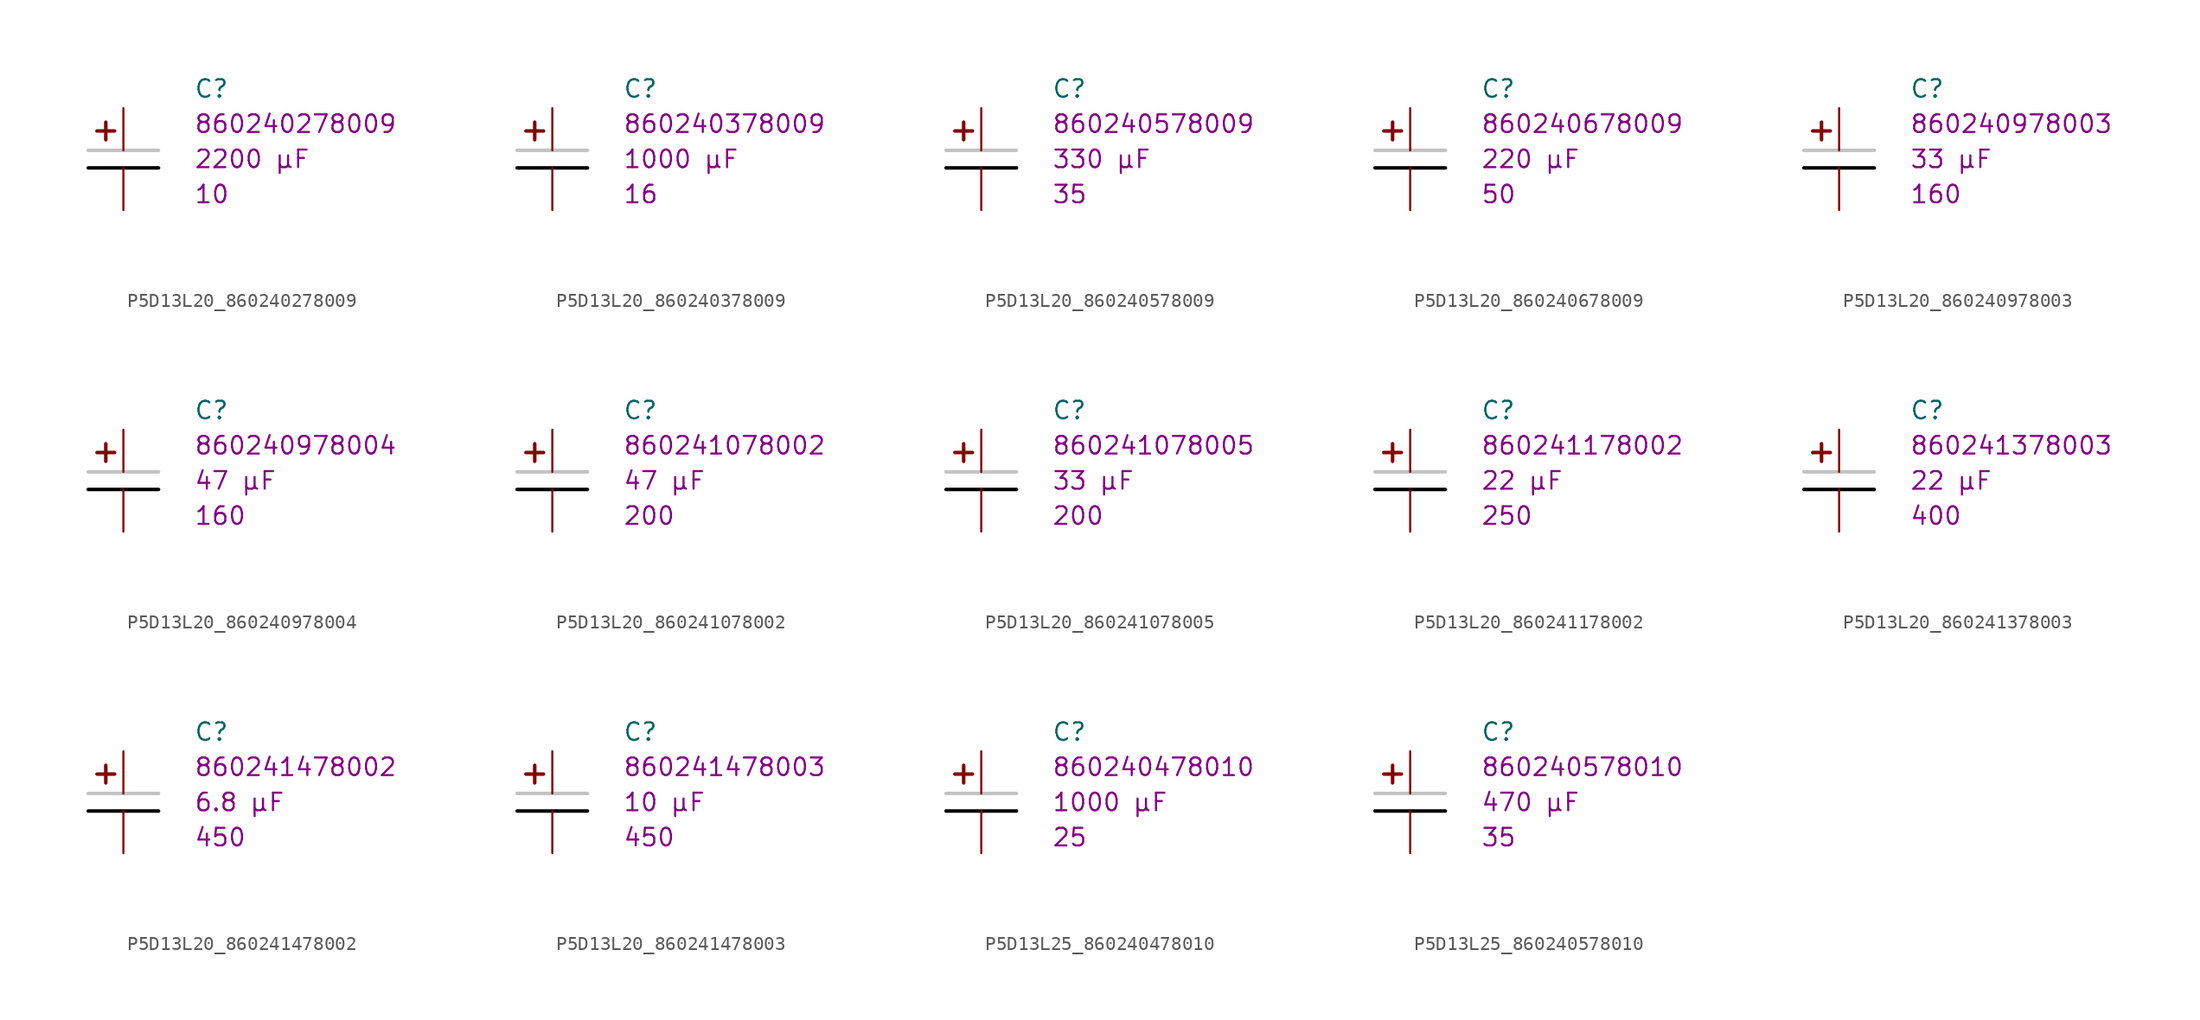
<source format=kicad_sym>
(kicad_symbol_lib
  (version 20220914)
  (generator kicad_symbol_editor)
  (symbol "P5D13L20_860240278009"
    (pin_numbers hide)
    (pin_names hide)
    (property "Reference" "C"
      (at 5.08 5.08 0)
      (effects (font (size 1.27 1.27)) (justify left)))
    (property "Part Number" "860240278009"
      (at 5.08 2.54 0)
      (effects (font (size 1.27 1.27)) (justify left)))
    (property "Capacitance" "2200 µF"
      (at 5.08 0 0)
      (effects (font (size 1.27 1.27)) (justify left)))
    (property "Voltage" "10"
      (at 5.08 -2.54 0)
      (effects (font (size 1.27 1.27)) (justify left)))
    (property "Critical Parameter" ""
      (at 0 -7.62 0)
      (effects (font (size 1.27 1.27))))
    (symbol "P5D13L20_860240278009_1_1"
      (polyline (pts (xy -1.27 2.667) (xy -1.27 1.397)) (stroke (width 0.254) (type default)) (fill (type none)))
      (polyline (pts (xy -0.635 2.032) (xy -1.905 2.032)) (stroke (width 0.254) (type default)) (fill (type none)))
      (polyline (pts (xy 2.54 -0.635) (xy -2.54 -0.635)) (stroke (width 0.254) (type default) (color 0 0 0 1)) (fill (type none)))
      (polyline (pts (xy 2.54 0.635) (xy -2.54 0.635)) (stroke (width 0.254) (type default) (color 194 194 194 1)) (fill (type none)))
      (pin passive line (at 0 3.679 270) (length 3.044) (name "1" (effects (font (size 1.27 1.27)))) (number "1" (effects (font (size 1.27 1.27)))))
      (pin passive line (at 0 -3.679 90) (length 3.044) (name "2" (effects (font (size 1.27 1.27)))) (number "2" (effects (font (size 1.27 1.27)))))))
  (symbol "P5D13L20_860240378009"
    (pin_numbers hide)
    (pin_names hide)
    (property "Reference" "C"
      (at 5.08 5.08 0)
      (effects (font (size 1.27 1.27)) (justify left)))
    (property "Part Number" "860240378009"
      (at 5.08 2.54 0)
      (effects (font (size 1.27 1.27)) (justify left)))
    (property "Capacitance" "1000 µF"
      (at 5.08 0 0)
      (effects (font (size 1.27 1.27)) (justify left)))
    (property "Voltage" "16"
      (at 5.08 -2.54 0)
      (effects (font (size 1.27 1.27)) (justify left)))
    (property "Critical Parameter" ""
      (at 0 -7.62 0)
      (effects (font (size 1.27 1.27))))
    (symbol "P5D13L20_860240378009_1_1"
      (polyline (pts (xy -1.27 2.667) (xy -1.27 1.397)) (stroke (width 0.254) (type default)) (fill (type none)))
      (polyline (pts (xy -0.635 2.032) (xy -1.905 2.032)) (stroke (width 0.254) (type default)) (fill (type none)))
      (polyline (pts (xy 2.54 -0.635) (xy -2.54 -0.635)) (stroke (width 0.254) (type default) (color 0 0 0 1)) (fill (type none)))
      (polyline (pts (xy 2.54 0.635) (xy -2.54 0.635)) (stroke (width 0.254) (type default) (color 194 194 194 1)) (fill (type none)))
      (pin passive line (at 0 3.679 270) (length 3.044) (name "1" (effects (font (size 1.27 1.27)))) (number "1" (effects (font (size 1.27 1.27)))))
      (pin passive line (at 0 -3.679 90) (length 3.044) (name "2" (effects (font (size 1.27 1.27)))) (number "2" (effects (font (size 1.27 1.27)))))))
  (symbol "P5D13L20_860240578009"
    (pin_numbers hide)
    (pin_names hide)
    (property "Reference" "C"
      (at 5.08 5.08 0)
      (effects (font (size 1.27 1.27)) (justify left)))
    (property "Part Number" "860240578009"
      (at 5.08 2.54 0)
      (effects (font (size 1.27 1.27)) (justify left)))
    (property "Capacitance" "330 µF"
      (at 5.08 0 0)
      (effects (font (size 1.27 1.27)) (justify left)))
    (property "Voltage" "35"
      (at 5.08 -2.54 0)
      (effects (font (size 1.27 1.27)) (justify left)))
    (property "Critical Parameter" ""
      (at 0 -7.62 0)
      (effects (font (size 1.27 1.27))))
    (symbol "P5D13L20_860240578009_1_1"
      (polyline (pts (xy -1.27 2.667) (xy -1.27 1.397)) (stroke (width 0.254) (type default)) (fill (type none)))
      (polyline (pts (xy -0.635 2.032) (xy -1.905 2.032)) (stroke (width 0.254) (type default)) (fill (type none)))
      (polyline (pts (xy 2.54 -0.635) (xy -2.54 -0.635)) (stroke (width 0.254) (type default) (color 0 0 0 1)) (fill (type none)))
      (polyline (pts (xy 2.54 0.635) (xy -2.54 0.635)) (stroke (width 0.254) (type default) (color 194 194 194 1)) (fill (type none)))
      (pin passive line (at 0 3.679 270) (length 3.044) (name "1" (effects (font (size 1.27 1.27)))) (number "1" (effects (font (size 1.27 1.27)))))
      (pin passive line (at 0 -3.679 90) (length 3.044) (name "2" (effects (font (size 1.27 1.27)))) (number "2" (effects (font (size 1.27 1.27)))))))
  (symbol "P5D13L20_860240678009"
    (pin_numbers hide)
    (pin_names hide)
    (property "Reference" "C"
      (at 5.08 5.08 0)
      (effects (font (size 1.27 1.27)) (justify left)))
    (property "Part Number" "860240678009"
      (at 5.08 2.54 0)
      (effects (font (size 1.27 1.27)) (justify left)))
    (property "Capacitance" "220 µF"
      (at 5.08 0 0)
      (effects (font (size 1.27 1.27)) (justify left)))
    (property "Voltage" "50"
      (at 5.08 -2.54 0)
      (effects (font (size 1.27 1.27)) (justify left)))
    (property "Critical Parameter" ""
      (at 0 -7.62 0)
      (effects (font (size 1.27 1.27))))
    (symbol "P5D13L20_860240678009_1_1"
      (polyline (pts (xy -1.27 2.667) (xy -1.27 1.397)) (stroke (width 0.254) (type default)) (fill (type none)))
      (polyline (pts (xy -0.635 2.032) (xy -1.905 2.032)) (stroke (width 0.254) (type default)) (fill (type none)))
      (polyline (pts (xy 2.54 -0.635) (xy -2.54 -0.635)) (stroke (width 0.254) (type default) (color 0 0 0 1)) (fill (type none)))
      (polyline (pts (xy 2.54 0.635) (xy -2.54 0.635)) (stroke (width 0.254) (type default) (color 194 194 194 1)) (fill (type none)))
      (pin passive line (at 0 3.679 270) (length 3.044) (name "1" (effects (font (size 1.27 1.27)))) (number "1" (effects (font (size 1.27 1.27)))))
      (pin passive line (at 0 -3.679 90) (length 3.044) (name "2" (effects (font (size 1.27 1.27)))) (number "2" (effects (font (size 1.27 1.27)))))))
  (symbol "P5D13L20_860240978003"
    (pin_numbers hide)
    (pin_names hide)
    (property "Reference" "C"
      (at 5.08 5.08 0)
      (effects (font (size 1.27 1.27)) (justify left)))
    (property "Part Number" "860240978003"
      (at 5.08 2.54 0)
      (effects (font (size 1.27 1.27)) (justify left)))
    (property "Capacitance" "33 µF"
      (at 5.08 0 0)
      (effects (font (size 1.27 1.27)) (justify left)))
    (property "Voltage" "160"
      (at 5.08 -2.54 0)
      (effects (font (size 1.27 1.27)) (justify left)))
    (property "Critical Parameter" ""
      (at 0 -7.62 0)
      (effects (font (size 1.27 1.27))))
    (symbol "P5D13L20_860240978003_1_1"
      (polyline (pts (xy -1.27 2.667) (xy -1.27 1.397)) (stroke (width 0.254) (type default)) (fill (type none)))
      (polyline (pts (xy -0.635 2.032) (xy -1.905 2.032)) (stroke (width 0.254) (type default)) (fill (type none)))
      (polyline (pts (xy 2.54 -0.635) (xy -2.54 -0.635)) (stroke (width 0.254) (type default) (color 0 0 0 1)) (fill (type none)))
      (polyline (pts (xy 2.54 0.635) (xy -2.54 0.635)) (stroke (width 0.254) (type default) (color 194 194 194 1)) (fill (type none)))
      (pin passive line (at 0 3.679 270) (length 3.044) (name "1" (effects (font (size 1.27 1.27)))) (number "1" (effects (font (size 1.27 1.27)))))
      (pin passive line (at 0 -3.679 90) (length 3.044) (name "2" (effects (font (size 1.27 1.27)))) (number "2" (effects (font (size 1.27 1.27)))))))
  (symbol "P5D13L20_860240978004"
    (pin_numbers hide)
    (pin_names hide)
    (property "Reference" "C"
      (at 5.08 5.08 0)
      (effects (font (size 1.27 1.27)) (justify left)))
    (property "Part Number" "860240978004"
      (at 5.08 2.54 0)
      (effects (font (size 1.27 1.27)) (justify left)))
    (property "Capacitance" "47 µF"
      (at 5.08 0 0)
      (effects (font (size 1.27 1.27)) (justify left)))
    (property "Voltage" "160"
      (at 5.08 -2.54 0)
      (effects (font (size 1.27 1.27)) (justify left)))
    (property "Critical Parameter" ""
      (at 0 -7.62 0)
      (effects (font (size 1.27 1.27))))
    (symbol "P5D13L20_860240978004_1_1"
      (polyline (pts (xy -1.27 2.667) (xy -1.27 1.397)) (stroke (width 0.254) (type default)) (fill (type none)))
      (polyline (pts (xy -0.635 2.032) (xy -1.905 2.032)) (stroke (width 0.254) (type default)) (fill (type none)))
      (polyline (pts (xy 2.54 -0.635) (xy -2.54 -0.635)) (stroke (width 0.254) (type default) (color 0 0 0 1)) (fill (type none)))
      (polyline (pts (xy 2.54 0.635) (xy -2.54 0.635)) (stroke (width 0.254) (type default) (color 194 194 194 1)) (fill (type none)))
      (pin passive line (at 0 3.679 270) (length 3.044) (name "1" (effects (font (size 1.27 1.27)))) (number "1" (effects (font (size 1.27 1.27)))))
      (pin passive line (at 0 -3.679 90) (length 3.044) (name "2" (effects (font (size 1.27 1.27)))) (number "2" (effects (font (size 1.27 1.27)))))))
  (symbol "P5D13L20_860241078002"
    (pin_numbers hide)
    (pin_names hide)
    (property "Reference" "C"
      (at 5.08 5.08 0)
      (effects (font (size 1.27 1.27)) (justify left)))
    (property "Part Number" "860241078002"
      (at 5.08 2.54 0)
      (effects (font (size 1.27 1.27)) (justify left)))
    (property "Capacitance" "47 µF"
      (at 5.08 0 0)
      (effects (font (size 1.27 1.27)) (justify left)))
    (property "Voltage" "200"
      (at 5.08 -2.54 0)
      (effects (font (size 1.27 1.27)) (justify left)))
    (property "Critical Parameter" ""
      (at 0 -7.62 0)
      (effects (font (size 1.27 1.27))))
    (symbol "P5D13L20_860241078002_1_1"
      (polyline (pts (xy -1.27 2.667) (xy -1.27 1.397)) (stroke (width 0.254) (type default)) (fill (type none)))
      (polyline (pts (xy -0.635 2.032) (xy -1.905 2.032)) (stroke (width 0.254) (type default)) (fill (type none)))
      (polyline (pts (xy 2.54 -0.635) (xy -2.54 -0.635)) (stroke (width 0.254) (type default) (color 0 0 0 1)) (fill (type none)))
      (polyline (pts (xy 2.54 0.635) (xy -2.54 0.635)) (stroke (width 0.254) (type default) (color 194 194 194 1)) (fill (type none)))
      (pin passive line (at 0 3.679 270) (length 3.044) (name "1" (effects (font (size 1.27 1.27)))) (number "1" (effects (font (size 1.27 1.27)))))
      (pin passive line (at 0 -3.679 90) (length 3.044) (name "2" (effects (font (size 1.27 1.27)))) (number "2" (effects (font (size 1.27 1.27)))))))
  (symbol "P5D13L20_860241078005"
    (pin_numbers hide)
    (pin_names hide)
    (property "Reference" "C"
      (at 5.08 5.08 0)
      (effects (font (size 1.27 1.27)) (justify left)))
    (property "Part Number" "860241078005"
      (at 5.08 2.54 0)
      (effects (font (size 1.27 1.27)) (justify left)))
    (property "Capacitance" "33 µF"
      (at 5.08 0 0)
      (effects (font (size 1.27 1.27)) (justify left)))
    (property "Voltage" "200"
      (at 5.08 -2.54 0)
      (effects (font (size 1.27 1.27)) (justify left)))
    (property "Critical Parameter" ""
      (at 0 -7.62 0)
      (effects (font (size 1.27 1.27))))
    (symbol "P5D13L20_860241078005_1_1"
      (polyline (pts (xy -1.27 2.667) (xy -1.27 1.397)) (stroke (width 0.254) (type default)) (fill (type none)))
      (polyline (pts (xy -0.635 2.032) (xy -1.905 2.032)) (stroke (width 0.254) (type default)) (fill (type none)))
      (polyline (pts (xy 2.54 -0.635) (xy -2.54 -0.635)) (stroke (width 0.254) (type default) (color 0 0 0 1)) (fill (type none)))
      (polyline (pts (xy 2.54 0.635) (xy -2.54 0.635)) (stroke (width 0.254) (type default) (color 194 194 194 1)) (fill (type none)))
      (pin passive line (at 0 3.679 270) (length 3.044) (name "1" (effects (font (size 1.27 1.27)))) (number "1" (effects (font (size 1.27 1.27)))))
      (pin passive line (at 0 -3.679 90) (length 3.044) (name "2" (effects (font (size 1.27 1.27)))) (number "2" (effects (font (size 1.27 1.27)))))))
  (symbol "P5D13L20_860241178002"
    (pin_numbers hide)
    (pin_names hide)
    (property "Reference" "C"
      (at 5.08 5.08 0)
      (effects (font (size 1.27 1.27)) (justify left)))
    (property "Part Number" "860241178002"
      (at 5.08 2.54 0)
      (effects (font (size 1.27 1.27)) (justify left)))
    (property "Capacitance" "22 µF"
      (at 5.08 0 0)
      (effects (font (size 1.27 1.27)) (justify left)))
    (property "Voltage" "250"
      (at 5.08 -2.54 0)
      (effects (font (size 1.27 1.27)) (justify left)))
    (property "Critical Parameter" ""
      (at 0 -7.62 0)
      (effects (font (size 1.27 1.27))))
    (symbol "P5D13L20_860241178002_1_1"
      (polyline (pts (xy -1.27 2.667) (xy -1.27 1.397)) (stroke (width 0.254) (type default)) (fill (type none)))
      (polyline (pts (xy -0.635 2.032) (xy -1.905 2.032)) (stroke (width 0.254) (type default)) (fill (type none)))
      (polyline (pts (xy 2.54 -0.635) (xy -2.54 -0.635)) (stroke (width 0.254) (type default) (color 0 0 0 1)) (fill (type none)))
      (polyline (pts (xy 2.54 0.635) (xy -2.54 0.635)) (stroke (width 0.254) (type default) (color 194 194 194 1)) (fill (type none)))
      (pin passive line (at 0 3.679 270) (length 3.044) (name "1" (effects (font (size 1.27 1.27)))) (number "1" (effects (font (size 1.27 1.27)))))
      (pin passive line (at 0 -3.679 90) (length 3.044) (name "2" (effects (font (size 1.27 1.27)))) (number "2" (effects (font (size 1.27 1.27)))))))
  (symbol "P5D13L20_860241378003"
    (pin_numbers hide)
    (pin_names hide)
    (property "Reference" "C"
      (at 5.08 5.08 0)
      (effects (font (size 1.27 1.27)) (justify left)))
    (property "Part Number" "860241378003"
      (at 5.08 2.54 0)
      (effects (font (size 1.27 1.27)) (justify left)))
    (property "Capacitance" "22 µF"
      (at 5.08 0 0)
      (effects (font (size 1.27 1.27)) (justify left)))
    (property "Voltage" "400"
      (at 5.08 -2.54 0)
      (effects (font (size 1.27 1.27)) (justify left)))
    (property "Critical Parameter" ""
      (at 0 -7.62 0)
      (effects (font (size 1.27 1.27))))
    (symbol "P5D13L20_860241378003_1_1"
      (polyline (pts (xy -1.27 2.667) (xy -1.27 1.397)) (stroke (width 0.254) (type default)) (fill (type none)))
      (polyline (pts (xy -0.635 2.032) (xy -1.905 2.032)) (stroke (width 0.254) (type default)) (fill (type none)))
      (polyline (pts (xy 2.54 -0.635) (xy -2.54 -0.635)) (stroke (width 0.254) (type default) (color 0 0 0 1)) (fill (type none)))
      (polyline (pts (xy 2.54 0.635) (xy -2.54 0.635)) (stroke (width 0.254) (type default) (color 194 194 194 1)) (fill (type none)))
      (pin passive line (at 0 3.679 270) (length 3.044) (name "1" (effects (font (size 1.27 1.27)))) (number "1" (effects (font (size 1.27 1.27)))))
      (pin passive line (at 0 -3.679 90) (length 3.044) (name "2" (effects (font (size 1.27 1.27)))) (number "2" (effects (font (size 1.27 1.27)))))))
  (symbol "P5D13L20_860241478002"
    (pin_numbers hide)
    (pin_names hide)
    (property "Reference" "C"
      (at 5.08 5.08 0)
      (effects (font (size 1.27 1.27)) (justify left)))
    (property "Part Number" "860241478002"
      (at 5.08 2.54 0)
      (effects (font (size 1.27 1.27)) (justify left)))
    (property "Capacitance" "6.8 µF"
      (at 5.08 0 0)
      (effects (font (size 1.27 1.27)) (justify left)))
    (property "Voltage" "450"
      (at 5.08 -2.54 0)
      (effects (font (size 1.27 1.27)) (justify left)))
    (property "Critical Parameter" ""
      (at 0 -7.62 0)
      (effects (font (size 1.27 1.27))))
    (symbol "P5D13L20_860241478002_1_1"
      (polyline (pts (xy -1.27 2.667) (xy -1.27 1.397)) (stroke (width 0.254) (type default)) (fill (type none)))
      (polyline (pts (xy -0.635 2.032) (xy -1.905 2.032)) (stroke (width 0.254) (type default)) (fill (type none)))
      (polyline (pts (xy 2.54 -0.635) (xy -2.54 -0.635)) (stroke (width 0.254) (type default) (color 0 0 0 1)) (fill (type none)))
      (polyline (pts (xy 2.54 0.635) (xy -2.54 0.635)) (stroke (width 0.254) (type default) (color 194 194 194 1)) (fill (type none)))
      (pin passive line (at 0 3.679 270) (length 3.044) (name "1" (effects (font (size 1.27 1.27)))) (number "1" (effects (font (size 1.27 1.27)))))
      (pin passive line (at 0 -3.679 90) (length 3.044) (name "2" (effects (font (size 1.27 1.27)))) (number "2" (effects (font (size 1.27 1.27)))))))
  (symbol "P5D13L20_860241478003"
    (pin_numbers hide)
    (pin_names hide)
    (property "Reference" "C"
      (at 5.08 5.08 0)
      (effects (font (size 1.27 1.27)) (justify left)))
    (property "Part Number" "860241478003"
      (at 5.08 2.54 0)
      (effects (font (size 1.27 1.27)) (justify left)))
    (property "Capacitance" "10 µF"
      (at 5.08 0 0)
      (effects (font (size 1.27 1.27)) (justify left)))
    (property "Voltage" "450"
      (at 5.08 -2.54 0)
      (effects (font (size 1.27 1.27)) (justify left)))
    (property "Critical Parameter" ""
      (at 0 -7.62 0)
      (effects (font (size 1.27 1.27))))
    (symbol "P5D13L20_860241478003_1_1"
      (polyline (pts (xy -1.27 2.667) (xy -1.27 1.397)) (stroke (width 0.254) (type default)) (fill (type none)))
      (polyline (pts (xy -0.635 2.032) (xy -1.905 2.032)) (stroke (width 0.254) (type default)) (fill (type none)))
      (polyline (pts (xy 2.54 -0.635) (xy -2.54 -0.635)) (stroke (width 0.254) (type default) (color 0 0 0 1)) (fill (type none)))
      (polyline (pts (xy 2.54 0.635) (xy -2.54 0.635)) (stroke (width 0.254) (type default) (color 194 194 194 1)) (fill (type none)))
      (pin passive line (at 0 3.679 270) (length 3.044) (name "1" (effects (font (size 1.27 1.27)))) (number "1" (effects (font (size 1.27 1.27)))))
      (pin passive line (at 0 -3.679 90) (length 3.044) (name "2" (effects (font (size 1.27 1.27)))) (number "2" (effects (font (size 1.27 1.27)))))))
  (symbol "P5D13L25_860240478010"
    (pin_numbers hide)
    (pin_names hide)
    (property "Reference" "C"
      (at 5.08 5.08 0)
      (effects (font (size 1.27 1.27)) (justify left)))
    (property "Part Number" "860240478010"
      (at 5.08 2.54 0)
      (effects (font (size 1.27 1.27)) (justify left)))
    (property "Capacitance" "1000 µF"
      (at 5.08 0 0)
      (effects (font (size 1.27 1.27)) (justify left)))
    (property "Voltage" "25"
      (at 5.08 -2.54 0)
      (effects (font (size 1.27 1.27)) (justify left)))
    (property "Critical Parameter" ""
      (at 0 -7.62 0)
      (effects (font (size 1.27 1.27))))
    (symbol "P5D13L25_860240478010_1_1"
      (polyline (pts (xy -1.27 2.667) (xy -1.27 1.397)) (stroke (width 0.254) (type default)) (fill (type none)))
      (polyline (pts (xy -0.635 2.032) (xy -1.905 2.032)) (stroke (width 0.254) (type default)) (fill (type none)))
      (polyline (pts (xy 2.54 -0.635) (xy -2.54 -0.635)) (stroke (width 0.254) (type default) (color 0 0 0 1)) (fill (type none)))
      (polyline (pts (xy 2.54 0.635) (xy -2.54 0.635)) (stroke (width 0.254) (type default) (color 194 194 194 1)) (fill (type none)))
      (pin passive line (at 0 3.679 270) (length 3.044) (name "1" (effects (font (size 1.27 1.27)))) (number "1" (effects (font (size 1.27 1.27)))))
      (pin passive line (at 0 -3.679 90) (length 3.044) (name "2" (effects (font (size 1.27 1.27)))) (number "2" (effects (font (size 1.27 1.27)))))))
  (symbol "P5D13L25_860240578010"
    (pin_numbers hide)
    (pin_names hide)
    (property "Reference" "C"
      (at 5.08 5.08 0)
      (effects (font (size 1.27 1.27)) (justify left)))
    (property "Part Number" "860240578010"
      (at 5.08 2.54 0)
      (effects (font (size 1.27 1.27)) (justify left)))
    (property "Capacitance" "470 µF"
      (at 5.08 0 0)
      (effects (font (size 1.27 1.27)) (justify left)))
    (property "Voltage" "35"
      (at 5.08 -2.54 0)
      (effects (font (size 1.27 1.27)) (justify left)))
    (property "Critical Parameter" ""
      (at 0 -7.62 0)
      (effects (font (size 1.27 1.27))))
    (symbol "P5D13L25_860240578010_1_1"
      (polyline (pts (xy -1.27 2.667) (xy -1.27 1.397)) (stroke (width 0.254) (type default)) (fill (type none)))
      (polyline (pts (xy -0.635 2.032) (xy -1.905 2.032)) (stroke (width 0.254) (type default)) (fill (type none)))
      (polyline (pts (xy 2.54 -0.635) (xy -2.54 -0.635)) (stroke (width 0.254) (type default) (color 0 0 0 1)) (fill (type none)))
      (polyline (pts (xy 2.54 0.635) (xy -2.54 0.635)) (stroke (width 0.254) (type default) (color 194 194 194 1)) (fill (type none)))
      (pin passive line (at 0 3.679 270) (length 3.044) (name "1" (effects (font (size 1.27 1.27)))) (number "1" (effects (font (size 1.27 1.27)))))
      (pin passive line (at 0 -3.679 90) (length 3.044) (name "2" (effects (font (size 1.27 1.27)))) (number "2" (effects (font (size 1.27 1.27))))))))
</source>
